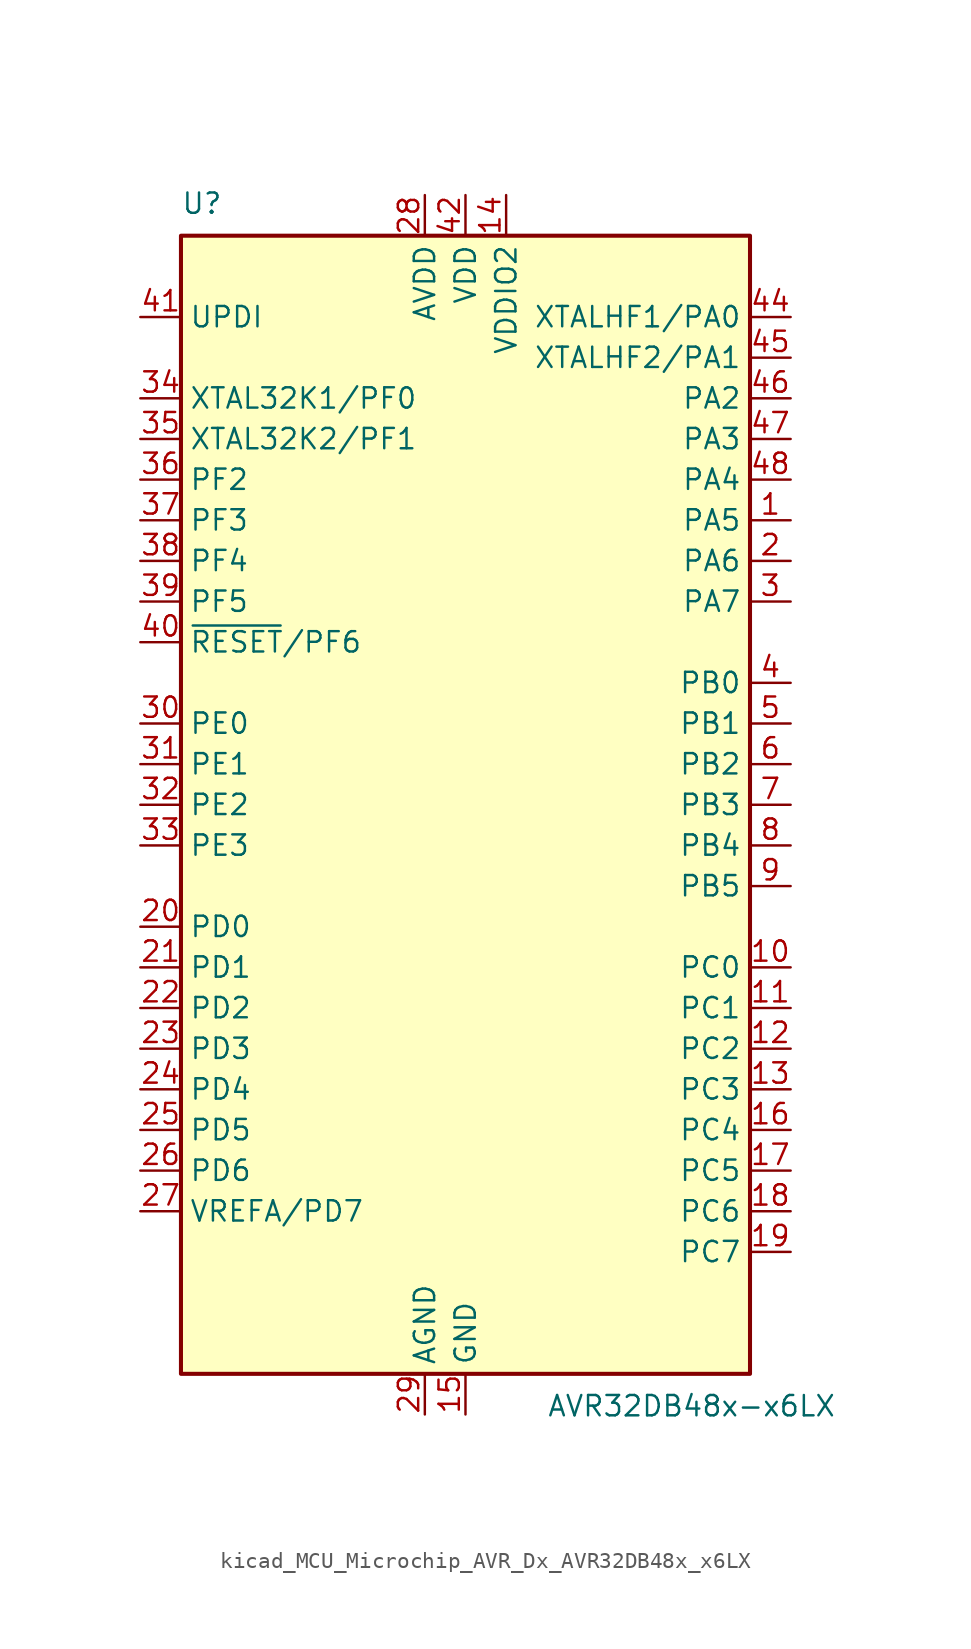
<source format=kicad_sym>
(kicad_symbol_lib
  (version 20220914)
  (generator kicad_symbol_editor)
  (symbol "kicad_MCU_Microchip_AVR_Dx_AVR32DB48x_x6LX"
    (property "Reference" "U"
      (at -17.78 36.83 0)
      (effects (font (size 1.27 1.27)) (justify left bottom)))
    (property "Value" "AVR32DB48x-x6LX"
      (at 5.08 -36.83 0)
      (effects (font (size 1.27 1.27)) (justify left top)))
    (symbol "kicad_MCU_Microchip_AVR_Dx_AVR32DB48x_x6LX_0_1"
      (rectangle (start -17.78 35.56) (end 17.78 -35.56) (stroke (width 0.254) (type default)) (fill (type background))))
    (symbol "kicad_MCU_Microchip_AVR_Dx_AVR32DB48x_x6LX_1_1"
      (pin bidirectional line (at 20.32 17.78 180) (length 2.54) (name "PA5" (effects (font (size 1.27 1.27)))) (number "1" (effects (font (size 1.27 1.27)))))
      (pin bidirectional line (at 20.32 -10.16 180) (length 2.54) (name "PC0" (effects (font (size 1.27 1.27)))) (number "10" (effects (font (size 1.27 1.27)))))
      (pin bidirectional line (at 20.32 -12.7 180) (length 2.54) (name "PC1" (effects (font (size 1.27 1.27)))) (number "11" (effects (font (size 1.27 1.27)))))
      (pin bidirectional line (at 20.32 -15.24 180) (length 2.54) (name "PC2" (effects (font (size 1.27 1.27)))) (number "12" (effects (font (size 1.27 1.27)))))
      (pin bidirectional line (at 20.32 -17.78 180) (length 2.54) (name "PC3" (effects (font (size 1.27 1.27)))) (number "13" (effects (font (size 1.27 1.27)))))
      (pin power_in line (at 2.54 38.1 270) (length 2.54) (name "VDDIO2" (effects (font (size 1.27 1.27)))) (number "14" (effects (font (size 1.27 1.27)))))
      (pin power_in line (at 0 -38.1 90) (length 2.54) (name "GND" (effects (font (size 1.27 1.27)))) (number "15" (effects (font (size 1.27 1.27)))))
      (pin bidirectional line (at 20.32 -20.32 180) (length 2.54) (name "PC4" (effects (font (size 1.27 1.27)))) (number "16" (effects (font (size 1.27 1.27)))))
      (pin bidirectional line (at 20.32 -22.86 180) (length 2.54) (name "PC5" (effects (font (size 1.27 1.27)))) (number "17" (effects (font (size 1.27 1.27)))))
      (pin bidirectional line (at 20.32 -25.4 180) (length 2.54) (name "PC6" (effects (font (size 1.27 1.27)))) (number "18" (effects (font (size 1.27 1.27)))))
      (pin bidirectional line (at 20.32 -27.94 180) (length 2.54) (name "PC7" (effects (font (size 1.27 1.27)))) (number "19" (effects (font (size 1.27 1.27)))))
      (pin bidirectional line (at 20.32 15.24 180) (length 2.54) (name "PA6" (effects (font (size 1.27 1.27)))) (number "2" (effects (font (size 1.27 1.27)))))
      (pin bidirectional line (at -20.32 -7.62 0) (length 2.54) (name "PD0" (effects (font (size 1.27 1.27)))) (number "20" (effects (font (size 1.27 1.27)))))
      (pin bidirectional line (at -20.32 -10.16 0) (length 2.54) (name "PD1" (effects (font (size 1.27 1.27)))) (number "21" (effects (font (size 1.27 1.27)))))
      (pin bidirectional line (at -20.32 -12.7 0) (length 2.54) (name "PD2" (effects (font (size 1.27 1.27)))) (number "22" (effects (font (size 1.27 1.27)))))
      (pin bidirectional line (at -20.32 -15.24 0) (length 2.54) (name "PD3" (effects (font (size 1.27 1.27)))) (number "23" (effects (font (size 1.27 1.27)))))
      (pin bidirectional line (at -20.32 -17.78 0) (length 2.54) (name "PD4" (effects (font (size 1.27 1.27)))) (number "24" (effects (font (size 1.27 1.27)))))
      (pin bidirectional line (at -20.32 -20.32 0) (length 2.54) (name "PD5" (effects (font (size 1.27 1.27)))) (number "25" (effects (font (size 1.27 1.27)))))
      (pin bidirectional line (at -20.32 -22.86 0) (length 2.54) (name "PD6" (effects (font (size 1.27 1.27)))) (number "26" (effects (font (size 1.27 1.27)))))
      (pin bidirectional line (at -20.32 -25.4 0) (length 2.54) (name "VREFA/PD7" (effects (font (size 1.27 1.27)))) (number "27" (effects (font (size 1.27 1.27)))))
      (pin power_in line (at -2.54 38.1 270) (length 2.54) (name "AVDD" (effects (font (size 1.27 1.27)))) (number "28" (effects (font (size 1.27 1.27)))))
      (pin power_in line (at -2.54 -38.1 90) (length 2.54) (name "AGND" (effects (font (size 1.27 1.27)))) (number "29" (effects (font (size 1.27 1.27)))))
      (pin bidirectional line (at 20.32 12.7 180) (length 2.54) (name "PA7" (effects (font (size 1.27 1.27)))) (number "3" (effects (font (size 1.27 1.27)))))
      (pin bidirectional line (at -20.32 5.08 0) (length 2.54) (name "PE0" (effects (font (size 1.27 1.27)))) (number "30" (effects (font (size 1.27 1.27)))))
      (pin bidirectional line (at -20.32 2.54 0) (length 2.54) (name "PE1" (effects (font (size 1.27 1.27)))) (number "31" (effects (font (size 1.27 1.27)))))
      (pin bidirectional line (at -20.32 0 0) (length 2.54) (name "PE2" (effects (font (size 1.27 1.27)))) (number "32" (effects (font (size 1.27 1.27)))))
      (pin bidirectional line (at -20.32 -2.54 0) (length 2.54) (name "PE3" (effects (font (size 1.27 1.27)))) (number "33" (effects (font (size 1.27 1.27)))))
      (pin bidirectional line (at -20.32 25.4 0) (length 2.54) (name "XTAL32K1/PF0" (effects (font (size 1.27 1.27)))) (number "34" (effects (font (size 1.27 1.27)))))
      (pin bidirectional line (at -20.32 22.86 0) (length 2.54) (name "XTAL32K2/PF1" (effects (font (size 1.27 1.27)))) (number "35" (effects (font (size 1.27 1.27)))))
      (pin bidirectional line (at -20.32 20.32 0) (length 2.54) (name "PF2" (effects (font (size 1.27 1.27)))) (number "36" (effects (font (size 1.27 1.27)))))
      (pin bidirectional line (at -20.32 17.78 0) (length 2.54) (name "PF3" (effects (font (size 1.27 1.27)))) (number "37" (effects (font (size 1.27 1.27)))))
      (pin bidirectional line (at -20.32 15.24 0) (length 2.54) (name "PF4" (effects (font (size 1.27 1.27)))) (number "38" (effects (font (size 1.27 1.27)))))
      (pin bidirectional line (at -20.32 12.7 0) (length 2.54) (name "PF5" (effects (font (size 1.27 1.27)))) (number "39" (effects (font (size 1.27 1.27)))))
      (pin bidirectional line (at 20.32 7.62 180) (length 2.54) (name "PB0" (effects (font (size 1.27 1.27)))) (number "4" (effects (font (size 1.27 1.27)))))
      (pin bidirectional line (at -20.32 10.16 0) (length 2.54) (name "~{RESET}/PF6" (effects (font (size 1.27 1.27)))) (number "40" (effects (font (size 1.27 1.27)))))
      (pin input line (at -20.32 30.48 0) (length 2.54) (name "UPDI" (effects (font (size 1.27 1.27)))) (number "41" (effects (font (size 1.27 1.27)))))
      (pin power_in line (at 0 38.1 270) (length 2.54) (name "VDD" (effects (font (size 1.27 1.27)))) (number "42" (effects (font (size 1.27 1.27)))))
      (pin passive line (at 0 -38.1 90) (length 2.54) hide (name "GND" (effects (font (size 1.27 1.27)))) (number "43" (effects (font (size 1.27 1.27)))))
      (pin bidirectional line (at 20.32 30.48 180) (length 2.54) (name "XTALHF1/PA0" (effects (font (size 1.27 1.27)))) (number "44" (effects (font (size 1.27 1.27)))))
      (pin bidirectional line (at 20.32 27.94 180) (length 2.54) (name "XTALHF2/PA1" (effects (font (size 1.27 1.27)))) (number "45" (effects (font (size 1.27 1.27)))))
      (pin bidirectional line (at 20.32 25.4 180) (length 2.54) (name "PA2" (effects (font (size 1.27 1.27)))) (number "46" (effects (font (size 1.27 1.27)))))
      (pin bidirectional line (at 20.32 22.86 180) (length 2.54) (name "PA3" (effects (font (size 1.27 1.27)))) (number "47" (effects (font (size 1.27 1.27)))))
      (pin bidirectional line (at 20.32 20.32 180) (length 2.54) (name "PA4" (effects (font (size 1.27 1.27)))) (number "48" (effects (font (size 1.27 1.27)))))
      (pin passive line (at 0 -38.1 90) (length 2.54) hide (name "GND" (effects (font (size 1.27 1.27)))) (number "49" (effects (font (size 1.27 1.27)))))
      (pin bidirectional line (at 20.32 5.08 180) (length 2.54) (name "PB1" (effects (font (size 1.27 1.27)))) (number "5" (effects (font (size 1.27 1.27)))))
      (pin bidirectional line (at 20.32 2.54 180) (length 2.54) (name "PB2" (effects (font (size 1.27 1.27)))) (number "6" (effects (font (size 1.27 1.27)))))
      (pin bidirectional line (at 20.32 0 180) (length 2.54) (name "PB3" (effects (font (size 1.27 1.27)))) (number "7" (effects (font (size 1.27 1.27)))))
      (pin bidirectional line (at 20.32 -2.54 180) (length 2.54) (name "PB4" (effects (font (size 1.27 1.27)))) (number "8" (effects (font (size 1.27 1.27)))))
      (pin bidirectional line (at 20.32 -5.08 180) (length 2.54) (name "PB5" (effects (font (size 1.27 1.27)))) (number "9" (effects (font (size 1.27 1.27))))))))
</source>
